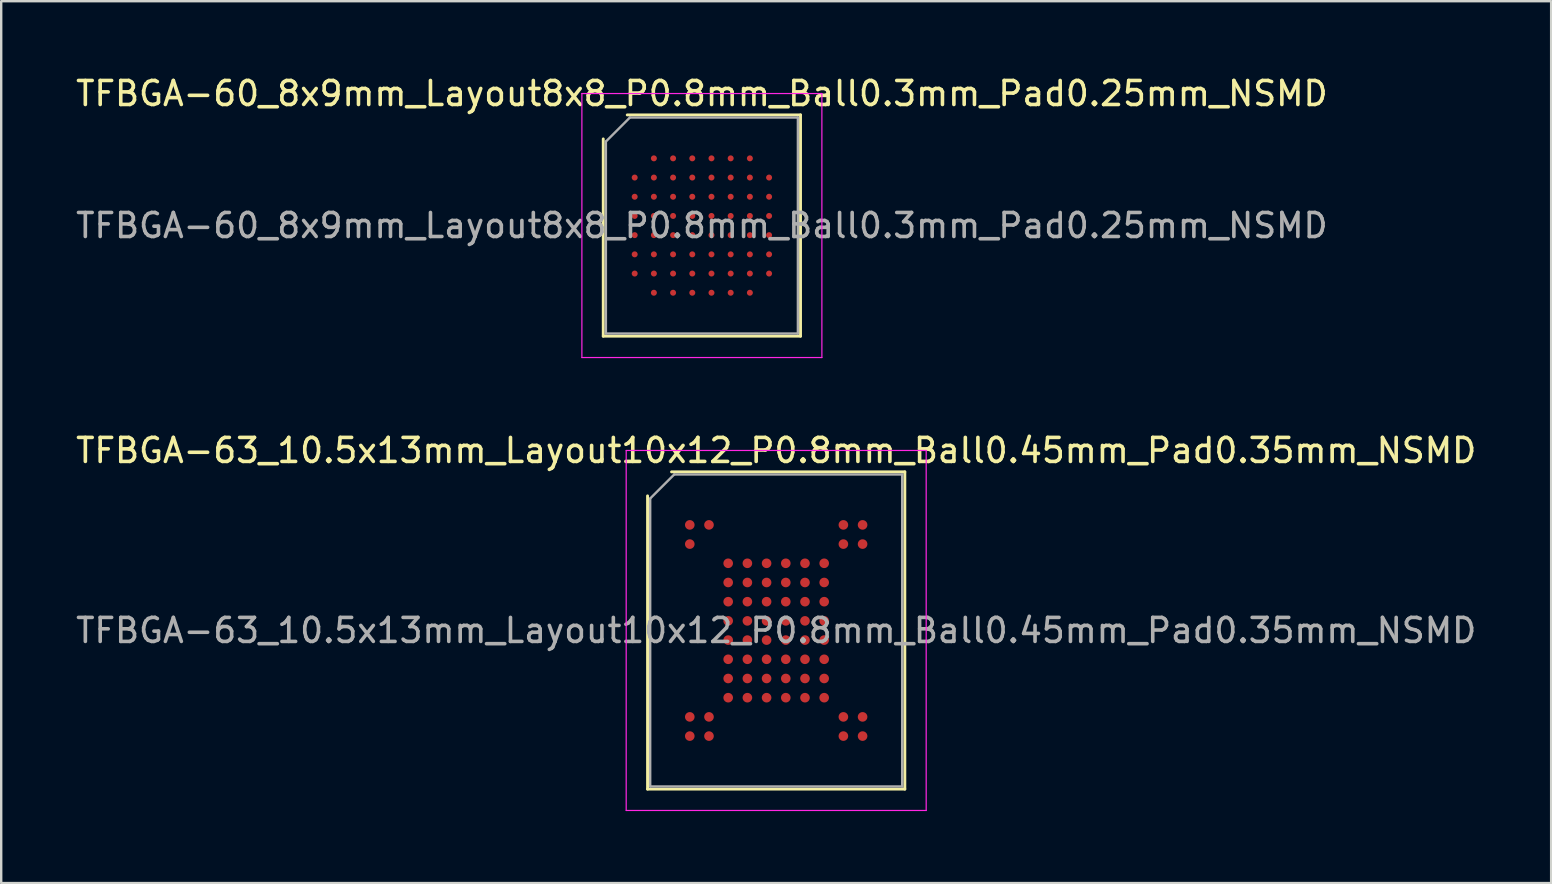
<source format=kicad_pcb>
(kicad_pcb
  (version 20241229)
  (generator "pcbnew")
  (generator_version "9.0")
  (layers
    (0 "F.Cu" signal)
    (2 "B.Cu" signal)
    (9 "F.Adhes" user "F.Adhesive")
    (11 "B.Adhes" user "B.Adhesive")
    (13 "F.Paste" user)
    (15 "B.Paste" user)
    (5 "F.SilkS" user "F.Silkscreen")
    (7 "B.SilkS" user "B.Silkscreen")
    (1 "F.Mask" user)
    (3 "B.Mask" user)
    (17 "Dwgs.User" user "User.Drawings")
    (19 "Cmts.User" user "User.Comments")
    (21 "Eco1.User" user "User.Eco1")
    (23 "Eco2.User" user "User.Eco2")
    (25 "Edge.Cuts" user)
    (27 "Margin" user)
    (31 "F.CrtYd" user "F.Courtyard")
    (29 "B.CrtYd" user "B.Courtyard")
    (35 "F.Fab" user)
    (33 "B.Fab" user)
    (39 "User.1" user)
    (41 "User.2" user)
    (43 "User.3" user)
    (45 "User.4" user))
  (footprint "TFBGA-63_10.5x13mm_Layout10x12_P0.8mm_Ball0.45mm_Pad0.35mm_NSMD"
    (layer "F.Cu")
    (at 29.292 23.221)
    (property "Reference" "TFBGA-63_10.5x13mm_Layout10x12_P0.8mm_Ball0.45mm_Pad0.35mm_NSMD" (at 0 -7.5 0) (layer "F.SilkS") (effects (font (size 1 1) (thickness 0.15))))
    (attr smd)
    (fp_line (start -5.36 6.61) (end -5.36 -5.61) (stroke (width 0.12) (type solid)) (layer "F.SilkS"))
    (fp_line (start -4.36 -6.61) (end 5.36 -6.61) (stroke (width 0.12) (type solid)) (layer "F.SilkS"))
    (fp_line (start 5.36 -6.61) (end 5.36 6.61) (stroke (width 0.12) (type solid)) (layer "F.SilkS"))
    (fp_line (start 5.36 6.61) (end -5.36 6.61) (stroke (width 0.12) (type solid)) (layer "F.SilkS"))
    (fp_line (start -6.25 -7.5) (end -6.25 7.5) (stroke (width 0.05) (type solid)) (layer "F.CrtYd"))
    (fp_line (start -6.25 7.5) (end 6.25 7.5) (stroke (width 0.05) (type solid)) (layer "F.CrtYd"))
    (fp_line (start 6.25 -7.5) (end -6.25 -7.5) (stroke (width 0.05) (type solid)) (layer "F.CrtYd"))
    (fp_line (start 6.25 7.5) (end 6.25 -7.5) (stroke (width 0.05) (type solid)) (layer "F.CrtYd"))
    (fp_line (start -5.25 -5.5) (end -4.25 -6.5) (stroke (width 0.1) (type solid)) (layer "F.Fab"))
    (fp_line (start -5.25 6.5) (end -5.25 -5.5) (stroke (width 0.1) (type solid)) (layer "F.Fab"))
    (fp_line (start -4.25 -6.5) (end 5.25 -6.5) (stroke (width 0.1) (type solid)) (layer "F.Fab"))
    (fp_line (start 5.25 -6.5) (end 5.25 6.5) (stroke (width 0.1) (type solid)) (layer "F.Fab"))
    (fp_line (start 5.25 6.5) (end -5.25 6.5) (stroke (width 0.1) (type solid)) (layer "F.Fab"))
    (fp_text user "${REFERENCE}" (at 0 0 0) (layer "F.Fab") (effects (font (size 1 1) (thickness 0.15))))
    (pad "A1" smd circle (at -3.6 -4.4) (size 0.4 0.4) (layers "F.Cu" "F.Mask" "F.Paste"))
    (pad "A2" smd circle (at -2.8 -4.4) (size 0.4 0.4) (layers "F.Cu" "F.Mask" "F.Paste"))
    (pad "A9" smd circle (at 2.8 -4.4) (size 0.4 0.4) (layers "F.Cu" "F.Mask" "F.Paste"))
    (pad "A10" smd circle (at 3.6 -4.4) (size 0.4 0.4) (layers "F.Cu" "F.Mask" "F.Paste"))
    (pad "B1" smd circle (at -3.6 -3.6) (size 0.4 0.4) (layers "F.Cu" "F.Mask" "F.Paste"))
    (pad "B9" smd circle (at 2.8 -3.6) (size 0.4 0.4) (layers "F.Cu" "F.Mask" "F.Paste"))
    (pad "B10" smd circle (at 3.6 -3.6) (size 0.4 0.4) (layers "F.Cu" "F.Mask" "F.Paste"))
    (pad "C3" smd circle (at -2 -2.8) (size 0.4 0.4) (layers "F.Cu" "F.Mask" "F.Paste"))
    (pad "C4" smd circle (at -1.2 -2.8) (size 0.4 0.4) (layers "F.Cu" "F.Mask" "F.Paste"))
    (pad "C5" smd circle (at -0.4 -2.8) (size 0.4 0.4) (layers "F.Cu" "F.Mask" "F.Paste"))
    (pad "C6" smd circle (at 0.4 -2.8) (size 0.4 0.4) (layers "F.Cu" "F.Mask" "F.Paste"))
    (pad "C7" smd circle (at 1.2 -2.8) (size 0.4 0.4) (layers "F.Cu" "F.Mask" "F.Paste"))
    (pad "C8" smd circle (at 2 -2.8) (size 0.4 0.4) (layers "F.Cu" "F.Mask" "F.Paste"))
    (pad "D3" smd circle (at -2 -2) (size 0.4 0.4) (layers "F.Cu" "F.Mask" "F.Paste"))
    (pad "D4" smd circle (at -1.2 -2) (size 0.4 0.4) (layers "F.Cu" "F.Mask" "F.Paste"))
    (pad "D5" smd circle (at -0.4 -2) (size 0.4 0.4) (layers "F.Cu" "F.Mask" "F.Paste"))
    (pad "D6" smd circle (at 0.4 -2) (size 0.4 0.4) (layers "F.Cu" "F.Mask" "F.Paste"))
    (pad "D7" smd circle (at 1.2 -2) (size 0.4 0.4) (layers "F.Cu" "F.Mask" "F.Paste"))
    (pad "D8" smd circle (at 2 -2) (size 0.4 0.4) (layers "F.Cu" "F.Mask" "F.Paste"))
    (pad "E3" smd circle (at -2 -1.2) (size 0.4 0.4) (layers "F.Cu" "F.Mask" "F.Paste"))
    (pad "E4" smd circle (at -1.2 -1.2) (size 0.4 0.4) (layers "F.Cu" "F.Mask" "F.Paste"))
    (pad "E5" smd circle (at -0.4 -1.2) (size 0.4 0.4) (layers "F.Cu" "F.Mask" "F.Paste"))
    (pad "E6" smd circle (at 0.4 -1.2) (size 0.4 0.4) (layers "F.Cu" "F.Mask" "F.Paste"))
    (pad "E7" smd circle (at 1.2 -1.2) (size 0.4 0.4) (layers "F.Cu" "F.Mask" "F.Paste"))
    (pad "E8" smd circle (at 2 -1.2) (size 0.4 0.4) (layers "F.Cu" "F.Mask" "F.Paste"))
    (pad "F3" smd circle (at -2 -0.4) (size 0.4 0.4) (layers "F.Cu" "F.Mask" "F.Paste"))
    (pad "F4" smd circle (at -1.2 -0.4) (size 0.4 0.4) (layers "F.Cu" "F.Mask" "F.Paste"))
    (pad "F5" smd circle (at -0.4 -0.4) (size 0.4 0.4) (layers "F.Cu" "F.Mask" "F.Paste"))
    (pad "F6" smd circle (at 0.4 -0.4) (size 0.4 0.4) (layers "F.Cu" "F.Mask" "F.Paste"))
    (pad "F7" smd circle (at 1.2 -0.4) (size 0.4 0.4) (layers "F.Cu" "F.Mask" "F.Paste"))
    (pad "F8" smd circle (at 2 -0.4) (size 0.4 0.4) (layers "F.Cu" "F.Mask" "F.Paste"))
    (pad "G3" smd circle (at -2 0.4) (size 0.4 0.4) (layers "F.Cu" "F.Mask" "F.Paste"))
    (pad "G4" smd circle (at -1.2 0.4) (size 0.4 0.4) (layers "F.Cu" "F.Mask" "F.Paste"))
    (pad "G5" smd circle (at -0.4 0.4) (size 0.4 0.4) (layers "F.Cu" "F.Mask" "F.Paste"))
    (pad "G6" smd circle (at 0.4 0.4) (size 0.4 0.4) (layers "F.Cu" "F.Mask" "F.Paste"))
    (pad "G7" smd circle (at 1.2 0.4) (size 0.4 0.4) (layers "F.Cu" "F.Mask" "F.Paste"))
    (pad "G8" smd circle (at 2 0.4) (size 0.4 0.4) (layers "F.Cu" "F.Mask" "F.Paste"))
    (pad "H3" smd circle (at -2 1.2) (size 0.4 0.4) (layers "F.Cu" "F.Mask" "F.Paste"))
    (pad "H4" smd circle (at -1.2 1.2) (size 0.4 0.4) (layers "F.Cu" "F.Mask" "F.Paste"))
    (pad "H5" smd circle (at -0.4 1.2) (size 0.4 0.4) (layers "F.Cu" "F.Mask" "F.Paste"))
    (pad "H6" smd circle (at 0.4 1.2) (size 0.4 0.4) (layers "F.Cu" "F.Mask" "F.Paste"))
    (pad "H7" smd circle (at 1.2 1.2) (size 0.4 0.4) (layers "F.Cu" "F.Mask" "F.Paste"))
    (pad "H8" smd circle (at 2 1.2) (size 0.4 0.4) (layers "F.Cu" "F.Mask" "F.Paste"))
    (pad "J3" smd circle (at -2 2) (size 0.4 0.4) (layers "F.Cu" "F.Mask" "F.Paste"))
    (pad "J4" smd circle (at -1.2 2) (size 0.4 0.4) (layers "F.Cu" "F.Mask" "F.Paste"))
    (pad "J5" smd circle (at -0.4 2) (size 0.4 0.4) (layers "F.Cu" "F.Mask" "F.Paste"))
    (pad "J6" smd circle (at 0.4 2) (size 0.4 0.4) (layers "F.Cu" "F.Mask" "F.Paste"))
    (pad "J7" smd circle (at 1.2 2) (size 0.4 0.4) (layers "F.Cu" "F.Mask" "F.Paste"))
    (pad "J8" smd circle (at 2 2) (size 0.4 0.4) (layers "F.Cu" "F.Mask" "F.Paste"))
    (pad "K3" smd circle (at -2 2.8) (size 0.4 0.4) (layers "F.Cu" "F.Mask" "F.Paste"))
    (pad "K4" smd circle (at -1.2 2.8) (size 0.4 0.4) (layers "F.Cu" "F.Mask" "F.Paste"))
    (pad "K5" smd circle (at -0.4 2.8) (size 0.4 0.4) (layers "F.Cu" "F.Mask" "F.Paste"))
    (pad "K6" smd circle (at 0.4 2.8) (size 0.4 0.4) (layers "F.Cu" "F.Mask" "F.Paste"))
    (pad "K7" smd circle (at 1.2 2.8) (size 0.4 0.4) (layers "F.Cu" "F.Mask" "F.Paste"))
    (pad "K8" smd circle (at 2 2.8) (size 0.4 0.4) (layers "F.Cu" "F.Mask" "F.Paste"))
    (pad "L1" smd circle (at -3.6 3.6) (size 0.4 0.4) (layers "F.Cu" "F.Mask" "F.Paste"))
    (pad "L2" smd circle (at -2.8 3.6) (size 0.4 0.4) (layers "F.Cu" "F.Mask" "F.Paste"))
    (pad "L9" smd circle (at 2.8 3.6) (size 0.4 0.4) (layers "F.Cu" "F.Mask" "F.Paste"))
    (pad "L10" smd circle (at 3.6 3.6) (size 0.4 0.4) (layers "F.Cu" "F.Mask" "F.Paste"))
    (pad "M1" smd circle (at -3.6 4.4) (size 0.4 0.4) (layers "F.Cu" "F.Mask" "F.Paste"))
    (pad "M2" smd circle (at -2.8 4.4) (size 0.4 0.4) (layers "F.Cu" "F.Mask" "F.Paste"))
    (pad "M9" smd circle (at 2.8 4.4) (size 0.4 0.4) (layers "F.Cu" "F.Mask" "F.Paste"))
    (pad "M10" smd circle (at 3.6 4.4) (size 0.4 0.4) (layers "F.Cu" "F.Mask" "F.Paste")))
  (footprint "TFBGA-60_8x9mm_Layout8x8_P0.8mm_Ball0.3mm_Pad0.25mm_NSMD"
    (layer "F.Cu")
    (at 26.196 6.348)
    (property "Reference" "TFBGA-60_8x9mm_Layout8x8_P0.8mm_Ball0.3mm_Pad0.25mm_NSMD" (at 0 -5.5 0) (layer "F.SilkS") (effects (font (size 1 1) (thickness 0.15))))
    (attr smd)
    (fp_line (start -4.11 4.61) (end -4.11 -3.61) (stroke (width 0.12) (type solid)) (layer "F.SilkS"))
    (fp_line (start -3.11 -4.61) (end 4.11 -4.61) (stroke (width 0.12) (type solid)) (layer "F.SilkS"))
    (fp_line (start 4.11 -4.61) (end 4.11 4.61) (stroke (width 0.12) (type solid)) (layer "F.SilkS"))
    (fp_line (start 4.11 4.61) (end -4.11 4.61) (stroke (width 0.12) (type solid)) (layer "F.SilkS"))
    (fp_line (start -5 -5.5) (end -5 5.5) (stroke (width 0.05) (type solid)) (layer "F.CrtYd"))
    (fp_line (start -5 5.5) (end 5 5.5) (stroke (width 0.05) (type solid)) (layer "F.CrtYd"))
    (fp_line (start 5 -5.5) (end -5 -5.5) (stroke (width 0.05) (type solid)) (layer "F.CrtYd"))
    (fp_line (start 5 5.5) (end 5 -5.5) (stroke (width 0.05) (type solid)) (layer "F.CrtYd"))
    (fp_line (start -4 -3.5) (end -3 -4.5) (stroke (width 0.1) (type solid)) (layer "F.Fab"))
    (fp_line (start -4 4.5) (end -4 -3.5) (stroke (width 0.1) (type solid)) (layer "F.Fab"))
    (fp_line (start -3 -4.5) (end 4 -4.5) (stroke (width 0.1) (type solid)) (layer "F.Fab"))
    (fp_line (start 4 -4.5) (end 4 4.5) (stroke (width 0.1) (type solid)) (layer "F.Fab"))
    (fp_line (start 4 4.5) (end -4 4.5) (stroke (width 0.1) (type solid)) (layer "F.Fab"))
    (fp_text user "${REFERENCE}" (at 0 0 0) (layer "F.Fab") (effects (font (size 1 1) (thickness 0.15))))
    (pad "A2" smd circle (at -2 -2.8) (size 0.25 0.25) (layers "F.Cu" "F.Mask" "F.Paste"))
    (pad "A3" smd circle (at -1.2 -2.8) (size 0.25 0.25) (layers "F.Cu" "F.Mask" "F.Paste"))
    (pad "A4" smd circle (at -0.4 -2.8) (size 0.25 0.25) (layers "F.Cu" "F.Mask" "F.Paste"))
    (pad "A5" smd circle (at 0.4 -2.8) (size 0.25 0.25) (layers "F.Cu" "F.Mask" "F.Paste"))
    (pad "A6" smd circle (at 1.2 -2.8) (size 0.25 0.25) (layers "F.Cu" "F.Mask" "F.Paste"))
    (pad "A7" smd circle (at 2 -2.8) (size 0.25 0.25) (layers "F.Cu" "F.Mask" "F.Paste"))
    (pad "B1" smd circle (at -2.8 -2) (size 0.25 0.25) (layers "F.Cu" "F.Mask" "F.Paste"))
    (pad "B2" smd circle (at -2 -2) (size 0.25 0.25) (layers "F.Cu" "F.Mask" "F.Paste"))
    (pad "B3" smd circle (at -1.2 -2) (size 0.25 0.25) (layers "F.Cu" "F.Mask" "F.Paste"))
    (pad "B4" smd circle (at -0.4 -2) (size 0.25 0.25) (layers "F.Cu" "F.Mask" "F.Paste"))
    (pad "B5" smd circle (at 0.4 -2) (size 0.25 0.25) (layers "F.Cu" "F.Mask" "F.Paste"))
    (pad "B6" smd circle (at 1.2 -2) (size 0.25 0.25) (layers "F.Cu" "F.Mask" "F.Paste"))
    (pad "B7" smd circle (at 2 -2) (size 0.25 0.25) (layers "F.Cu" "F.Mask" "F.Paste"))
    (pad "B8" smd circle (at 2.8 -2) (size 0.25 0.25) (layers "F.Cu" "F.Mask" "F.Paste"))
    (pad "C1" smd circle (at -2.8 -1.2) (size 0.25 0.25) (layers "F.Cu" "F.Mask" "F.Paste"))
    (pad "C2" smd circle (at -2 -1.2) (size 0.25 0.25) (layers "F.Cu" "F.Mask" "F.Paste"))
    (pad "C3" smd circle (at -1.2 -1.2) (size 0.25 0.25) (layers "F.Cu" "F.Mask" "F.Paste"))
    (pad "C4" smd circle (at -0.4 -1.2) (size 0.25 0.25) (layers "F.Cu" "F.Mask" "F.Paste"))
    (pad "C5" smd circle (at 0.4 -1.2) (size 0.25 0.25) (layers "F.Cu" "F.Mask" "F.Paste"))
    (pad "C6" smd circle (at 1.2 -1.2) (size 0.25 0.25) (layers "F.Cu" "F.Mask" "F.Paste"))
    (pad "C7" smd circle (at 2 -1.2) (size 0.25 0.25) (layers "F.Cu" "F.Mask" "F.Paste"))
    (pad "C8" smd circle (at 2.8 -1.2) (size 0.25 0.25) (layers "F.Cu" "F.Mask" "F.Paste"))
    (pad "D1" smd circle (at -2.8 -0.4) (size 0.25 0.25) (layers "F.Cu" "F.Mask" "F.Paste"))
    (pad "D2" smd circle (at -2 -0.4) (size 0.25 0.25) (layers "F.Cu" "F.Mask" "F.Paste"))
    (pad "D3" smd circle (at -1.2 -0.4) (size 0.25 0.25) (layers "F.Cu" "F.Mask" "F.Paste"))
    (pad "D4" smd circle (at -0.4 -0.4) (size 0.25 0.25) (layers "F.Cu" "F.Mask" "F.Paste"))
    (pad "D5" smd circle (at 0.4 -0.4) (size 0.25 0.25) (layers "F.Cu" "F.Mask" "F.Paste"))
    (pad "D6" smd circle (at 1.2 -0.4) (size 0.25 0.25) (layers "F.Cu" "F.Mask" "F.Paste"))
    (pad "D7" smd circle (at 2 -0.4) (size 0.25 0.25) (layers "F.Cu" "F.Mask" "F.Paste"))
    (pad "D8" smd circle (at 2.8 -0.4) (size 0.25 0.25) (layers "F.Cu" "F.Mask" "F.Paste"))
    (pad "E1" smd circle (at -2.8 0.4) (size 0.25 0.25) (layers "F.Cu" "F.Mask" "F.Paste"))
    (pad "E2" smd circle (at -2 0.4) (size 0.25 0.25) (layers "F.Cu" "F.Mask" "F.Paste"))
    (pad "E3" smd circle (at -1.2 0.4) (size 0.25 0.25) (layers "F.Cu" "F.Mask" "F.Paste"))
    (pad "E4" smd circle (at -0.4 0.4) (size 0.25 0.25) (layers "F.Cu" "F.Mask" "F.Paste"))
    (pad "E5" smd circle (at 0.4 0.4) (size 0.25 0.25) (layers "F.Cu" "F.Mask" "F.Paste"))
    (pad "E6" smd circle (at 1.2 0.4) (size 0.25 0.25) (layers "F.Cu" "F.Mask" "F.Paste"))
    (pad "E7" smd circle (at 2 0.4) (size 0.25 0.25) (layers "F.Cu" "F.Mask" "F.Paste"))
    (pad "E8" smd circle (at 2.8 0.4) (size 0.25 0.25) (layers "F.Cu" "F.Mask" "F.Paste"))
    (pad "F1" smd circle (at -2.8 1.2) (size 0.25 0.25) (layers "F.Cu" "F.Mask" "F.Paste"))
    (pad "F2" smd circle (at -2 1.2) (size 0.25 0.25) (layers "F.Cu" "F.Mask" "F.Paste"))
    (pad "F3" smd circle (at -1.2 1.2) (size 0.25 0.25) (layers "F.Cu" "F.Mask" "F.Paste"))
    (pad "F4" smd circle (at -0.4 1.2) (size 0.25 0.25) (layers "F.Cu" "F.Mask" "F.Paste"))
    (pad "F5" smd circle (at 0.4 1.2) (size 0.25 0.25) (layers "F.Cu" "F.Mask" "F.Paste"))
    (pad "F6" smd circle (at 1.2 1.2) (size 0.25 0.25) (layers "F.Cu" "F.Mask" "F.Paste"))
    (pad "F7" smd circle (at 2 1.2) (size 0.25 0.25) (layers "F.Cu" "F.Mask" "F.Paste"))
    (pad "F8" smd circle (at 2.8 1.2) (size 0.25 0.25) (layers "F.Cu" "F.Mask" "F.Paste"))
    (pad "G1" smd circle (at -2.8 2) (size 0.25 0.25) (layers "F.Cu" "F.Mask" "F.Paste"))
    (pad "G2" smd circle (at -2 2) (size 0.25 0.25) (layers "F.Cu" "F.Mask" "F.Paste"))
    (pad "G3" smd circle (at -1.2 2) (size 0.25 0.25) (layers "F.Cu" "F.Mask" "F.Paste"))
    (pad "G4" smd circle (at -0.4 2) (size 0.25 0.25) (layers "F.Cu" "F.Mask" "F.Paste"))
    (pad "G5" smd circle (at 0.4 2) (size 0.25 0.25) (layers "F.Cu" "F.Mask" "F.Paste"))
    (pad "G6" smd circle (at 1.2 2) (size 0.25 0.25) (layers "F.Cu" "F.Mask" "F.Paste"))
    (pad "G7" smd circle (at 2 2) (size 0.25 0.25) (layers "F.Cu" "F.Mask" "F.Paste"))
    (pad "G8" smd circle (at 2.8 2) (size 0.25 0.25) (layers "F.Cu" "F.Mask" "F.Paste"))
    (pad "H2" smd circle (at -2 2.8) (size 0.25 0.25) (layers "F.Cu" "F.Mask" "F.Paste"))
    (pad "H3" smd circle (at -1.2 2.8) (size 0.25 0.25) (layers "F.Cu" "F.Mask" "F.Paste"))
    (pad "H4" smd circle (at -0.4 2.8) (size 0.25 0.25) (layers "F.Cu" "F.Mask" "F.Paste"))
    (pad "H5" smd circle (at 0.4 2.8) (size 0.25 0.25) (layers "F.Cu" "F.Mask" "F.Paste"))
    (pad "H6" smd circle (at 1.2 2.8) (size 0.25 0.25) (layers "F.Cu" "F.Mask" "F.Paste"))
    (pad "H7" smd circle (at 2 2.8) (size 0.25 0.25) (layers "F.Cu" "F.Mask" "F.Paste")))
  (gr_rect
    (start -3 -3)
    (end 61.583 33.746)
    (stroke (width 0.1) (type default))
    (fill no)
    (layer "Edge.Cuts")))
</source>
